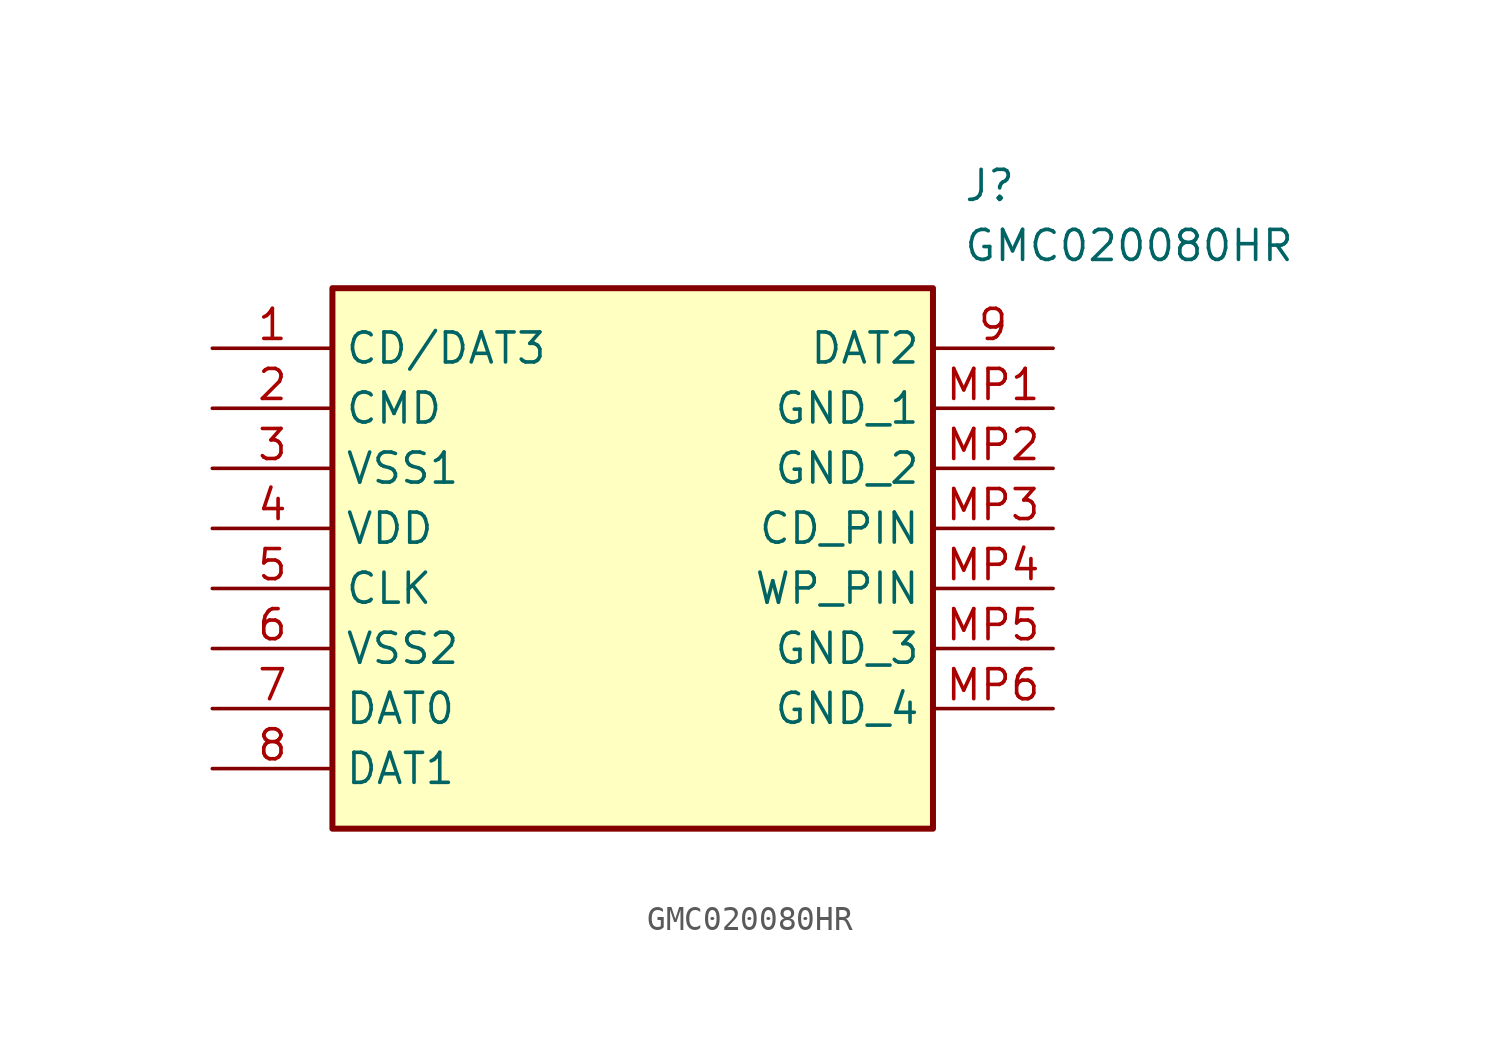
<source format=kicad_sym>
(kicad_symbol_lib
  (version 20211014)
  (generator SamacSys_ECAD_Model)
  (symbol "GMC020080HR"
    (property "Reference" "J"
      (at 31.75 7.62 0)
      (effects (font (size 1.27 1.27)) (justify left top)))
    (property "Value" "GMC020080HR"
      (at 31.75 5.08 0)
      (effects (font (size 1.27 1.27)) (justify left top)))
    (rectangle
      (start 5.08 2.54)
      (end 30.48 -20.32)
      (stroke (width 0.254) (type default))
      (fill (type background)))
    (pin passive line
      (at 0 0 0)
      (length 5.08)
      (name "CD/DAT3" (effects (font (size 1.27 1.27))))
      (number "1" (effects (font (size 1.27 1.27)))))
    (pin passive line
      (at 0 -2.54 0)
      (length 5.08)
      (name "CMD" (effects (font (size 1.27 1.27))))
      (number "2" (effects (font (size 1.27 1.27)))))
    (pin passive line
      (at 0 -5.08 0)
      (length 5.08)
      (name "VSS1" (effects (font (size 1.27 1.27))))
      (number "3" (effects (font (size 1.27 1.27)))))
    (pin passive line
      (at 0 -7.62 0)
      (length 5.08)
      (name "VDD" (effects (font (size 1.27 1.27))))
      (number "4" (effects (font (size 1.27 1.27)))))
    (pin passive line
      (at 0 -10.16 0)
      (length 5.08)
      (name "CLK" (effects (font (size 1.27 1.27))))
      (number "5" (effects (font (size 1.27 1.27)))))
    (pin passive line
      (at 0 -12.7 0)
      (length 5.08)
      (name "VSS2" (effects (font (size 1.27 1.27))))
      (number "6" (effects (font (size 1.27 1.27)))))
    (pin passive line
      (at 0 -15.24 0)
      (length 5.08)
      (name "DAT0" (effects (font (size 1.27 1.27))))
      (number "7" (effects (font (size 1.27 1.27)))))
    (pin passive line
      (at 0 -17.78 0)
      (length 5.08)
      (name "DAT1" (effects (font (size 1.27 1.27))))
      (number "8" (effects (font (size 1.27 1.27)))))
    (pin passive line
      (at 35.56 0 180)
      (length 5.08)
      (name "DAT2" (effects (font (size 1.27 1.27))))
      (number "9" (effects (font (size 1.27 1.27)))))
    (pin passive line
      (at 35.56 -2.54 180)
      (length 5.08)
      (name "GND_1" (effects (font (size 1.27 1.27))))
      (number "MP1" (effects (font (size 1.27 1.27)))))
    (pin passive line
      (at 35.56 -5.08 180)
      (length 5.08)
      (name "GND_2" (effects (font (size 1.27 1.27))))
      (number "MP2" (effects (font (size 1.27 1.27)))))
    (pin passive line
      (at 35.56 -7.62 180)
      (length 5.08)
      (name "CD_PIN" (effects (font (size 1.27 1.27))))
      (number "MP3" (effects (font (size 1.27 1.27)))))
    (pin passive line
      (at 35.56 -10.16 180)
      (length 5.08)
      (name "WP_PIN" (effects (font (size 1.27 1.27))))
      (number "MP4" (effects (font (size 1.27 1.27)))))
    (pin passive line
      (at 35.56 -12.7 180)
      (length 5.08)
      (name "GND_3" (effects (font (size 1.27 1.27))))
      (number "MP5" (effects (font (size 1.27 1.27)))))
    (pin passive line
      (at 35.56 -15.24 180)
      (length 5.08)
      (name "GND_4" (effects (font (size 1.27 1.27))))
      (number "MP6" (effects (font (size 1.27 1.27)))))))
</source>
